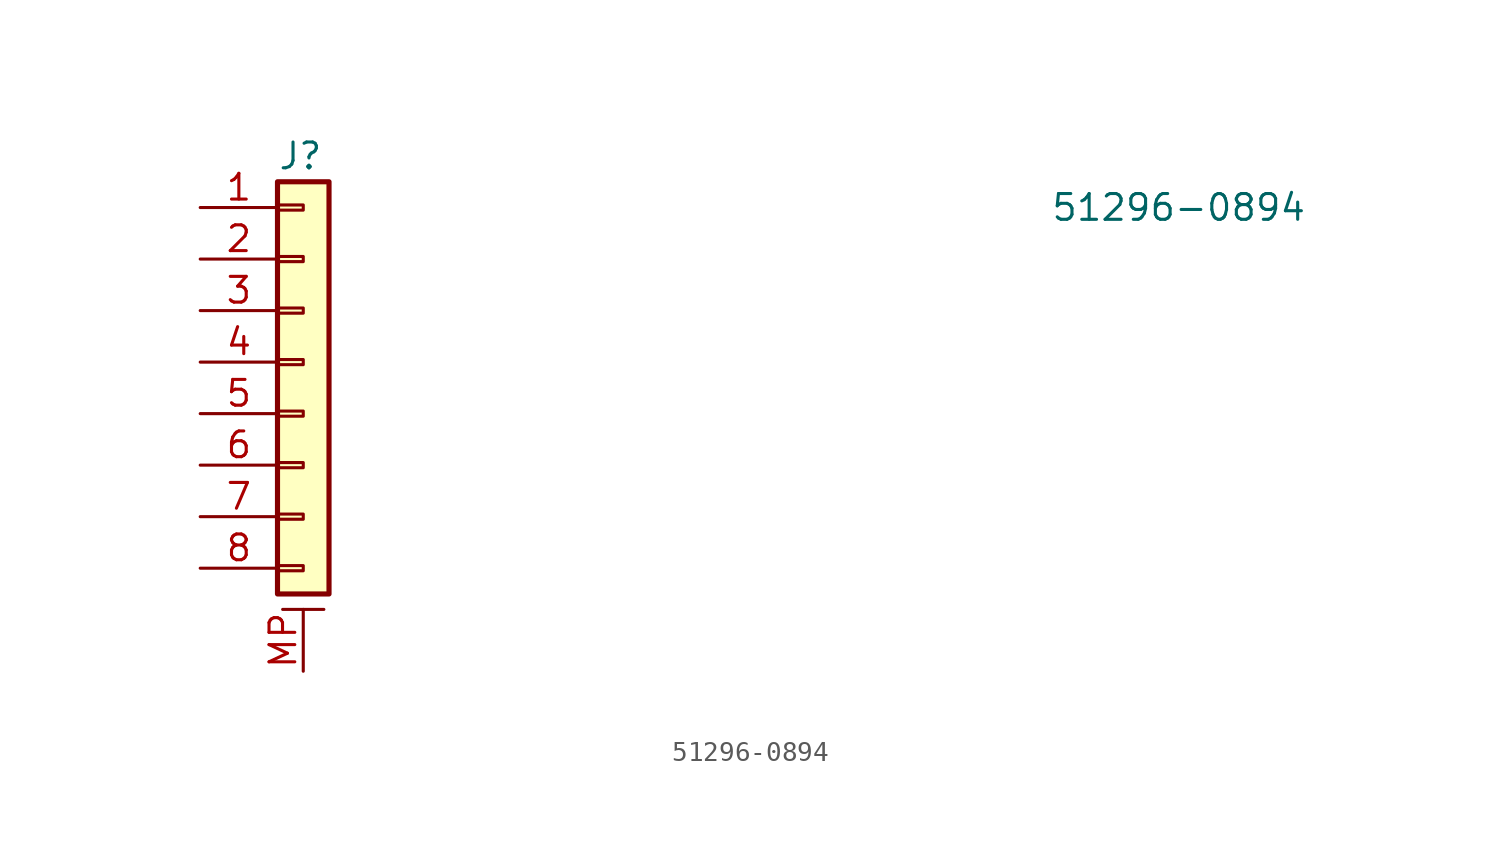
<source format=kicad_sym>
(kicad_symbol_lib
  (version 20220914)
  (generator kicad_symbol_editor)
  (symbol "51296-0894"
    (pin_names
      (offset 0.762) hide)
    (property "Reference" "J"
      (at -1.27 11.43 0)
      (effects (font (size 1.27 1.27)) (justify left)))
    (property "Value" "51296-0894"
      (at 36.83 8.89 0)
      (effects (font (size 1.27 1.27)) (justify left)))
    (symbol "51296-0894_1_1"
      (rectangle (start -1.27 -8.763) (end 0 -9.017) (stroke (width 0.152) (type default)) (fill (type none)))
      (rectangle (start -1.27 -6.223) (end 0 -6.477) (stroke (width 0.152) (type default)) (fill (type none)))
      (rectangle (start -1.27 -3.683) (end 0 -3.937) (stroke (width 0.152) (type default)) (fill (type none)))
      (rectangle (start -1.27 -1.143) (end 0 -1.397) (stroke (width 0.152) (type default)) (fill (type none)))
      (rectangle (start -1.27 1.397) (end 0 1.143) (stroke (width 0.152) (type default)) (fill (type none)))
      (rectangle (start -1.27 3.937) (end 0 3.683) (stroke (width 0.152) (type default)) (fill (type none)))
      (rectangle (start -1.27 6.477) (end 0 6.223) (stroke (width 0.152) (type default)) (fill (type none)))
      (rectangle (start -1.27 9.017) (end 0 8.763) (stroke (width 0.152) (type default)) (fill (type none)))
      (rectangle (start -1.27 10.16) (end 1.27 -10.16) (stroke (width 0.254) (type default)) (fill (type background)))
      (polyline (pts (xy -1.016 -10.922) (xy 1.016 -10.922)) (stroke (width 0.152) (type default)) (fill (type none)))
      (pin passive line (at -5.08 8.89 0) (length 3.81) (name "Pin_1" (effects (font (size 1.27 1.27)))) (number "1" (effects (font (size 1.27 1.27)))))
      (pin passive line (at -5.08 6.35 0) (length 3.81) (name "Pin_2" (effects (font (size 1.27 1.27)))) (number "2" (effects (font (size 1.27 1.27)))))
      (pin passive line (at -5.08 3.81 0) (length 3.81) (name "Pin_3" (effects (font (size 1.27 1.27)))) (number "3" (effects (font (size 1.27 1.27)))))
      (pin passive line (at -5.08 1.27 0) (length 3.81) (name "Pin_4" (effects (font (size 1.27 1.27)))) (number "4" (effects (font (size 1.27 1.27)))))
      (pin passive line (at -5.08 -1.27 0) (length 3.81) (name "Pin_5" (effects (font (size 1.27 1.27)))) (number "5" (effects (font (size 1.27 1.27)))))
      (pin passive line (at -5.08 -3.81 0) (length 3.81) (name "Pin_6" (effects (font (size 1.27 1.27)))) (number "6" (effects (font (size 1.27 1.27)))))
      (pin passive line (at -5.08 -6.35 0) (length 3.81) (name "Pin_7" (effects (font (size 1.27 1.27)))) (number "7" (effects (font (size 1.27 1.27)))))
      (pin passive line (at -5.08 -8.89 0) (length 3.81) (name "Pin_8" (effects (font (size 1.27 1.27)))) (number "8" (effects (font (size 1.27 1.27)))))
      (pin passive line (at 0 -13.97 90) (length 3.048) (name "MountPin" (effects (font (size 1.27 1.27)))) (number "MP" (effects (font (size 1.27 1.27))))))))
</source>
